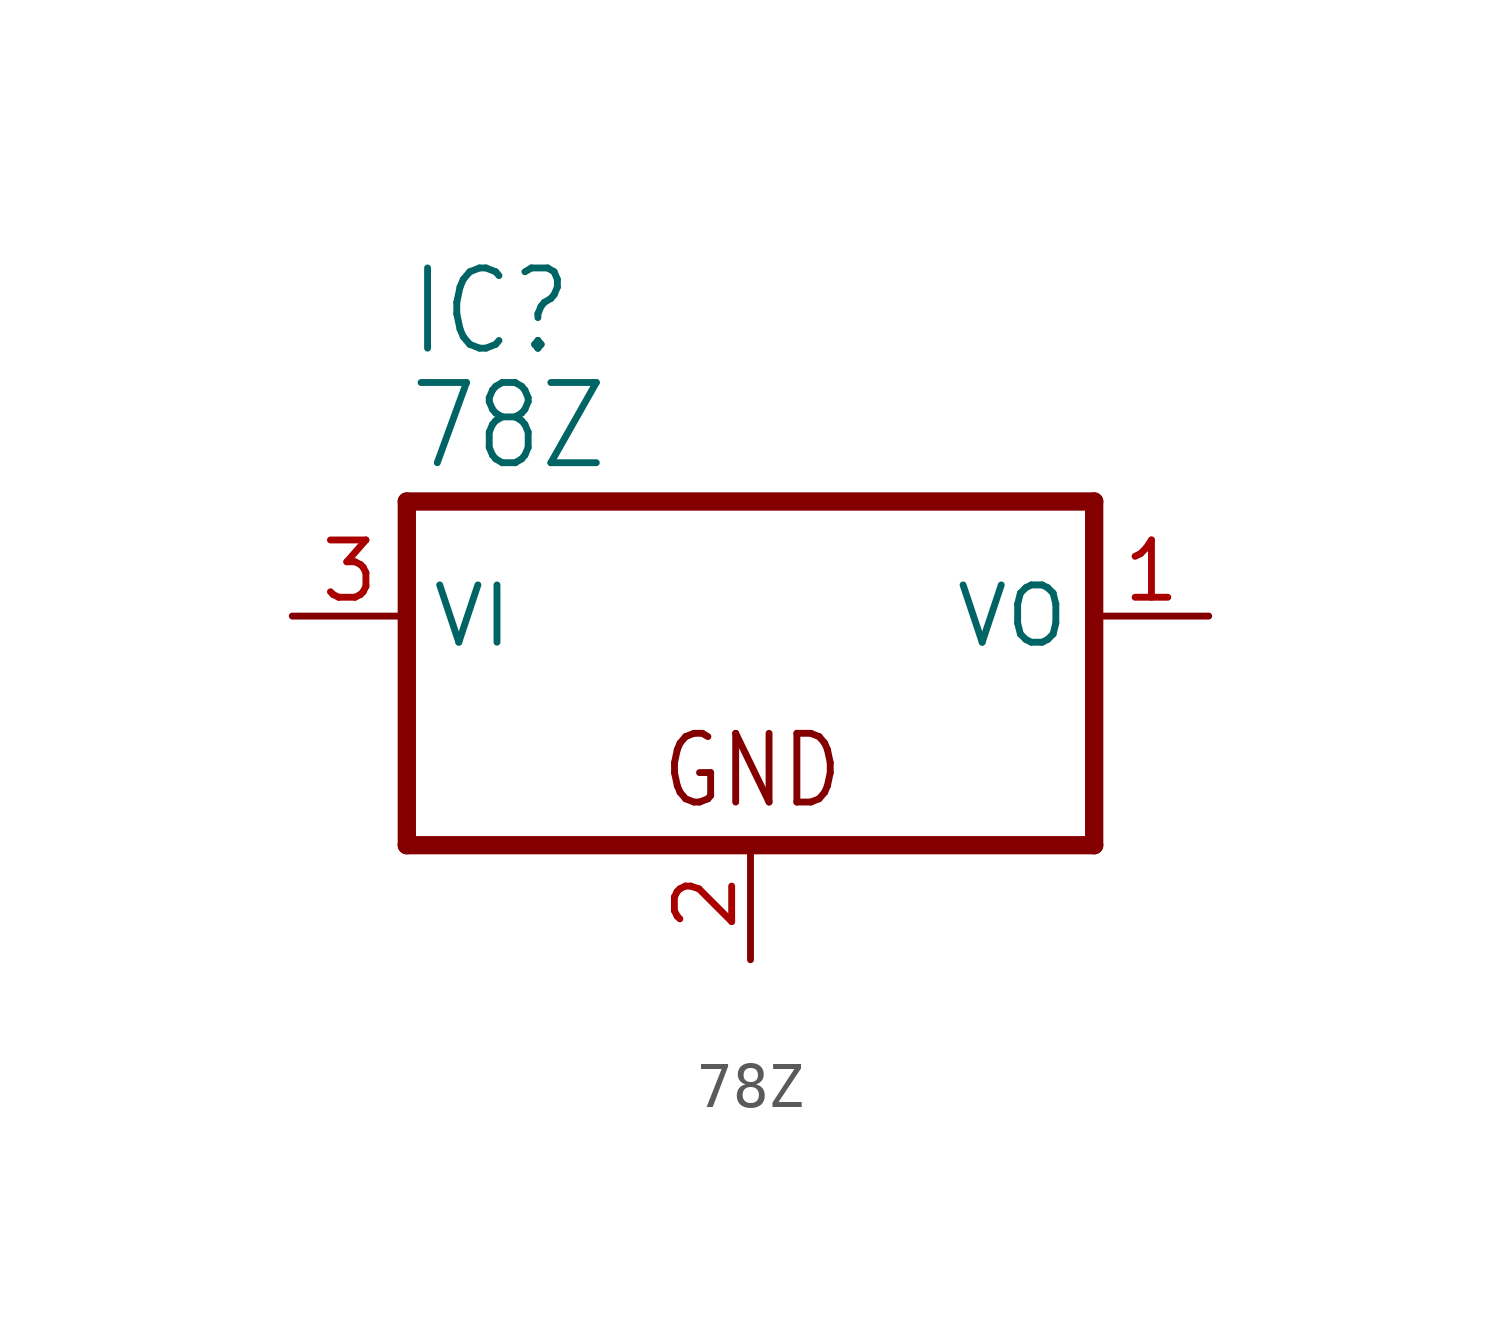
<source format=kicad_sym>
(kicad_symbol_lib
  (version 20211014)
  (generator kicad_symbol_editor)
  (symbol "78Z"
    (property "Reference" "IC"
      (at -7.62 5.715 0)
      (effects (font (size 1.778 1.511)) (justify left bottom)))
    (property "Value" "78Z"
      (at -7.62 3.175 0)
      (effects (font (size 1.778 1.511)) (justify left bottom)))
    (property "ki_locked" ""
      (at 0 0 0)
      (effects (font (size 1.27 1.27))))
    (symbol "78Z_1_0"
      (polyline (pts (xy -7.62 -5.08) (xy 7.62 -5.08)) (stroke (width 0.406) (type default) (color 0 0 0 0)) (fill (type none)))
      (polyline (pts (xy -7.62 2.54) (xy -7.62 -5.08)) (stroke (width 0.406) (type default) (color 0 0 0 0)) (fill (type none)))
      (polyline (pts (xy 7.62 -5.08) (xy 7.62 2.54)) (stroke (width 0.406) (type default) (color 0 0 0 0)) (fill (type none)))
      (polyline (pts (xy 7.62 2.54) (xy -7.62 2.54)) (stroke (width 0.406) (type default) (color 0 0 0 0)) (fill (type none)))
      (text "GND" (at -2.032 -4.318 0) (effects (font (size 1.524 1.295)) (justify left bottom)))
      (pin passive line (at 10.16 0 180) (length 2.54) (name "VO" (effects (font (size 1.27 1.27)))) (number "1" (effects (font (size 1.27 1.27)))))
      (pin passive line (at 0 -7.62 90) (length 2.54) (name "GND" (effects (font (size 0 0)))) (number "2" (effects (font (size 1.27 1.27)))))
      (pin input line (at -10.16 0 0) (length 2.54) (name "VI" (effects (font (size 1.27 1.27)))) (number "3" (effects (font (size 1.27 1.27))))))))
</source>
